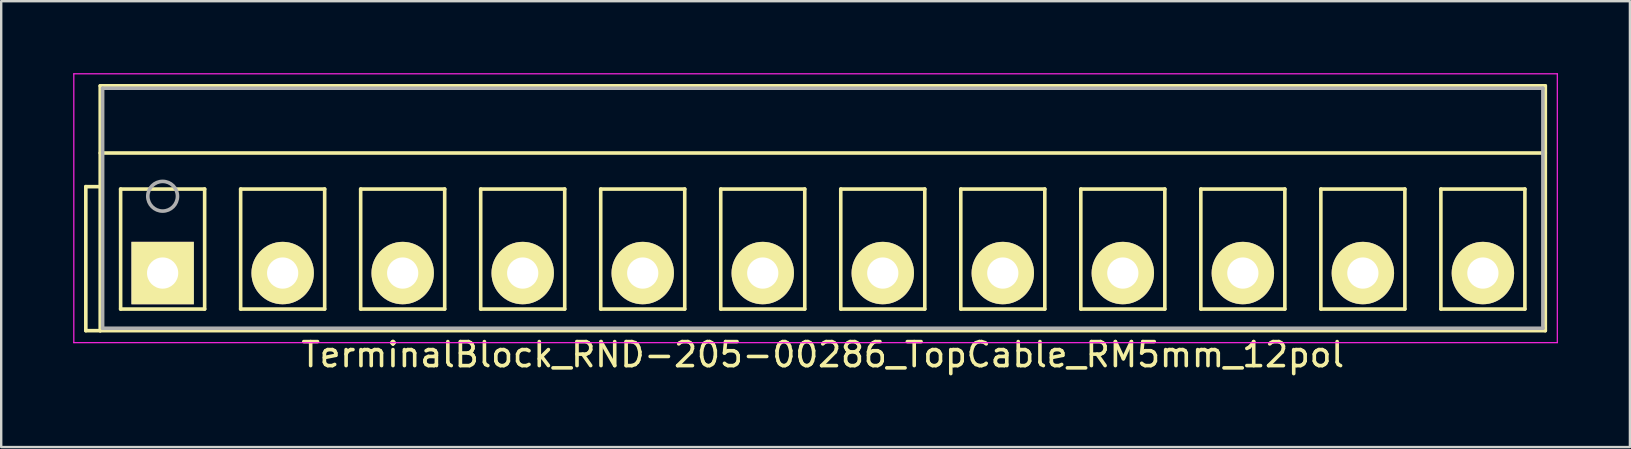
<source format=kicad_pcb>
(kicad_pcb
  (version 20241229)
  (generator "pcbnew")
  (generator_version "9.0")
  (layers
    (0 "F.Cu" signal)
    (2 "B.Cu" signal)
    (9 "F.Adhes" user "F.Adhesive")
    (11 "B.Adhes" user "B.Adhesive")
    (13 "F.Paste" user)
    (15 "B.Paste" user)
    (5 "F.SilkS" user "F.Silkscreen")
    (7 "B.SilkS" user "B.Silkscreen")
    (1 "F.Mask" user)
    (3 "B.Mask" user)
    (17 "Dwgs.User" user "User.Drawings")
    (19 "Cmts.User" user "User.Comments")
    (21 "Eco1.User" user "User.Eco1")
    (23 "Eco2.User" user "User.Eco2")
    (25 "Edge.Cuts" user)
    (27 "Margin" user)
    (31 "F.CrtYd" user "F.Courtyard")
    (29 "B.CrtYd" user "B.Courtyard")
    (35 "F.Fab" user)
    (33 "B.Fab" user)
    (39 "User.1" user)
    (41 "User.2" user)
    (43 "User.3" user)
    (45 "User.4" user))
  (footprint "TerminalBlock_RND-205-00286_TopCable_RM5mm_12pol"
    (layer "F.Cu")
    (at 3.725 8.325)
    (property "Reference" "TerminalBlock_RND-205-00286_TopCable_RM5mm_12pol" (at 27.5 3.4 0) (layer "F.SilkS") (effects (font (size 1 1) (thickness 0.15))))
    (attr through_hole)
    (fp_line (start -3.2 -3.6) (end -2.6 -3.6) (stroke (width 0.15) (type solid)) (layer "F.SilkS"))
    (fp_line (start -3.2 2.4) (end -3.2 -3.6) (stroke (width 0.15) (type solid)) (layer "F.SilkS"))
    (fp_line (start -2.6 -7.8) (end 57.6 -7.8) (stroke (width 0.15) (type solid)) (layer "F.SilkS"))
    (fp_line (start -2.6 -5) (end 57.6 -5) (stroke (width 0.15) (type solid)) (layer "F.SilkS"))
    (fp_line (start -2.6 2.4) (end -3.2 2.4) (stroke (width 0.15) (type solid)) (layer "F.SilkS"))
    (fp_line (start -2.6 2.4) (end -2.6 -7.8) (stroke (width 0.15) (type solid)) (layer "F.SilkS"))
    (fp_line (start -1.75 -3.5) (end -1.75 1.5) (stroke (width 0.15) (type solid)) (layer "F.SilkS"))
    (fp_line (start -1.75 1.5) (end 1.75 1.5) (stroke (width 0.15) (type solid)) (layer "F.SilkS"))
    (fp_line (start 1.75 -3.5) (end -1.75 -3.5) (stroke (width 0.15) (type solid)) (layer "F.SilkS"))
    (fp_line (start 1.75 1.5) (end 1.75 -3.5) (stroke (width 0.15) (type solid)) (layer "F.SilkS"))
    (fp_line (start 3.25 -3.5) (end 3.25 1.5) (stroke (width 0.15) (type solid)) (layer "F.SilkS"))
    (fp_line (start 3.25 1.5) (end 6.75 1.5) (stroke (width 0.15) (type solid)) (layer "F.SilkS"))
    (fp_line (start 6.75 -3.5) (end 3.25 -3.5) (stroke (width 0.15) (type solid)) (layer "F.SilkS"))
    (fp_line (start 6.75 1.5) (end 6.75 -3.5) (stroke (width 0.15) (type solid)) (layer "F.SilkS"))
    (fp_line (start 8.25 -3.5) (end 8.25 1.5) (stroke (width 0.15) (type solid)) (layer "F.SilkS"))
    (fp_line (start 8.25 1.5) (end 11.75 1.5) (stroke (width 0.15) (type solid)) (layer "F.SilkS"))
    (fp_line (start 11.75 -3.5) (end 8.25 -3.5) (stroke (width 0.15) (type solid)) (layer "F.SilkS"))
    (fp_line (start 11.75 1.5) (end 11.75 -3.5) (stroke (width 0.15) (type solid)) (layer "F.SilkS"))
    (fp_line (start 13.25 -3.5) (end 13.25 1.5) (stroke (width 0.15) (type solid)) (layer "F.SilkS"))
    (fp_line (start 13.25 1.5) (end 16.75 1.5) (stroke (width 0.15) (type solid)) (layer "F.SilkS"))
    (fp_line (start 16.75 -3.5) (end 13.25 -3.5) (stroke (width 0.15) (type solid)) (layer "F.SilkS"))
    (fp_line (start 16.75 1.5) (end 16.75 -3.5) (stroke (width 0.15) (type solid)) (layer "F.SilkS"))
    (fp_line (start 18.25 -3.5) (end 18.25 1.5) (stroke (width 0.15) (type solid)) (layer "F.SilkS"))
    (fp_line (start 18.25 1.5) (end 21.75 1.5) (stroke (width 0.15) (type solid)) (layer "F.SilkS"))
    (fp_line (start 21.75 -3.5) (end 18.25 -3.5) (stroke (width 0.15) (type solid)) (layer "F.SilkS"))
    (fp_line (start 21.75 1.5) (end 21.75 -3.5) (stroke (width 0.15) (type solid)) (layer "F.SilkS"))
    (fp_line (start 23.25 -3.5) (end 23.25 1.5) (stroke (width 0.15) (type solid)) (layer "F.SilkS"))
    (fp_line (start 23.25 1.5) (end 26.75 1.5) (stroke (width 0.15) (type solid)) (layer "F.SilkS"))
    (fp_line (start 26.75 -3.5) (end 23.25 -3.5) (stroke (width 0.15) (type solid)) (layer "F.SilkS"))
    (fp_line (start 26.75 1.5) (end 26.75 -3.5) (stroke (width 0.15) (type solid)) (layer "F.SilkS"))
    (fp_line (start 28.25 -3.5) (end 28.25 1.5) (stroke (width 0.15) (type solid)) (layer "F.SilkS"))
    (fp_line (start 28.25 1.5) (end 31.75 1.5) (stroke (width 0.15) (type solid)) (layer "F.SilkS"))
    (fp_line (start 31.75 -3.5) (end 28.25 -3.5) (stroke (width 0.15) (type solid)) (layer "F.SilkS"))
    (fp_line (start 31.75 1.5) (end 31.75 -3.5) (stroke (width 0.15) (type solid)) (layer "F.SilkS"))
    (fp_line (start 33.25 -3.5) (end 33.25 1.5) (stroke (width 0.15) (type solid)) (layer "F.SilkS"))
    (fp_line (start 33.25 1.5) (end 36.75 1.5) (stroke (width 0.15) (type solid)) (layer "F.SilkS"))
    (fp_line (start 36.75 -3.5) (end 33.25 -3.5) (stroke (width 0.15) (type solid)) (layer "F.SilkS"))
    (fp_line (start 36.75 1.5) (end 36.75 -3.5) (stroke (width 0.15) (type solid)) (layer "F.SilkS"))
    (fp_line (start 38.25 -3.5) (end 38.25 1.5) (stroke (width 0.15) (type solid)) (layer "F.SilkS"))
    (fp_line (start 38.25 1.5) (end 41.75 1.5) (stroke (width 0.15) (type solid)) (layer "F.SilkS"))
    (fp_line (start 41.75 -3.5) (end 38.25 -3.5) (stroke (width 0.15) (type solid)) (layer "F.SilkS"))
    (fp_line (start 41.75 1.5) (end 41.75 -3.5) (stroke (width 0.15) (type solid)) (layer "F.SilkS"))
    (fp_line (start 43.25 -3.5) (end 43.25 1.5) (stroke (width 0.15) (type solid)) (layer "F.SilkS"))
    (fp_line (start 43.25 1.5) (end 46.75 1.5) (stroke (width 0.15) (type solid)) (layer "F.SilkS"))
    (fp_line (start 46.75 -3.5) (end 43.25 -3.5) (stroke (width 0.15) (type solid)) (layer "F.SilkS"))
    (fp_line (start 46.75 1.5) (end 46.75 -3.5) (stroke (width 0.15) (type solid)) (layer "F.SilkS"))
    (fp_line (start 48.25 -3.5) (end 48.25 1.5) (stroke (width 0.15) (type solid)) (layer "F.SilkS"))
    (fp_line (start 48.25 1.5) (end 51.75 1.5) (stroke (width 0.15) (type solid)) (layer "F.SilkS"))
    (fp_line (start 51.75 -3.5) (end 48.25 -3.5) (stroke (width 0.15) (type solid)) (layer "F.SilkS"))
    (fp_line (start 51.75 1.5) (end 51.75 -3.5) (stroke (width 0.15) (type solid)) (layer "F.SilkS"))
    (fp_line (start 53.25 -3.5) (end 53.25 1.5) (stroke (width 0.15) (type solid)) (layer "F.SilkS"))
    (fp_line (start 53.25 1.5) (end 56.75 1.5) (stroke (width 0.15) (type solid)) (layer "F.SilkS"))
    (fp_line (start 56.75 -3.5) (end 53.25 -3.5) (stroke (width 0.15) (type solid)) (layer "F.SilkS"))
    (fp_line (start 56.75 1.5) (end 56.75 -3.5) (stroke (width 0.15) (type solid)) (layer "F.SilkS"))
    (fp_line (start 57.6 -7.8) (end 57.6 2.4) (stroke (width 0.15) (type solid)) (layer "F.SilkS"))
    (fp_line (start 57.6 2.4) (end -2.6 2.4) (stroke (width 0.15) (type solid)) (layer "F.SilkS"))
    (fp_line (start -3.7 -8.3) (end 58.1 -8.3) (stroke (width 0.05) (type solid)) (layer "F.CrtYd"))
    (fp_line (start -3.7 2.9) (end -3.7 -8.3) (stroke (width 0.05) (type solid)) (layer "F.CrtYd"))
    (fp_line (start 58.1 -8.3) (end 58.1 2.9) (stroke (width 0.05) (type solid)) (layer "F.CrtYd"))
    (fp_line (start 58.1 2.9) (end -3.7 2.9) (stroke (width 0.05) (type solid)) (layer "F.CrtYd"))
    (fp_line (start -2.5 -7.7) (end 57.5 -7.7) (stroke (width 0.15) (type solid)) (layer "F.Fab"))
    (fp_line (start -2.5 2.3) (end -2.5 -7.7) (stroke (width 0.15) (type solid)) (layer "F.Fab"))
    (fp_line (start 57.5 -7.7) (end 57.5 2.3) (stroke (width 0.15) (type solid)) (layer "F.Fab"))
    (fp_line (start 57.5 2.3) (end -2.5 2.3) (stroke (width 0.15) (type solid)) (layer "F.Fab"))
    (fp_circle (center 0 -3.2) (end -0.15 -3.8) (stroke (width 0.15) (type solid)) (fill no) (layer "F.Fab"))
    (pad "1" thru_hole rect (at 0 0) (size 2.6 2.6) (drill 1.3) (layers "*.Cu" "*.Mask" "F.SilkS"))
    (pad "2" thru_hole circle (at 5 0) (size 2.6 2.6) (drill 1.3) (layers "*.Cu" "*.Mask" "F.SilkS"))
    (pad "3" thru_hole circle (at 10 0) (size 2.6 2.6) (drill 1.3) (layers "*.Cu" "*.Mask" "F.SilkS"))
    (pad "4" thru_hole circle (at 15 0) (size 2.6 2.6) (drill 1.3) (layers "*.Cu" "*.Mask" "F.SilkS"))
    (pad "5" thru_hole circle (at 20 0) (size 2.6 2.6) (drill 1.3) (layers "*.Cu" "*.Mask" "F.SilkS"))
    (pad "6" thru_hole circle (at 25 0) (size 2.6 2.6) (drill 1.3) (layers "*.Cu" "*.Mask" "F.SilkS"))
    (pad "7" thru_hole circle (at 30 0) (size 2.6 2.6) (drill 1.3) (layers "*.Cu" "*.Mask" "F.SilkS"))
    (pad "8" thru_hole circle (at 35 0) (size 2.6 2.6) (drill 1.3) (layers "*.Cu" "*.Mask" "F.SilkS"))
    (pad "9" thru_hole circle (at 40 0) (size 2.6 2.6) (drill 1.3) (layers "*.Cu" "*.Mask" "F.SilkS"))
    (pad "10" thru_hole circle (at 45 0) (size 2.6 2.6) (drill 1.3) (layers "*.Cu" "*.Mask" "F.SilkS"))
    (pad "11" thru_hole circle (at 50 0) (size 2.6 2.6) (drill 1.3) (layers "*.Cu" "*.Mask" "F.SilkS"))
    (pad "12" thru_hole circle (at 55 0) (size 2.6 2.6) (drill 1.3) (layers "*.Cu" "*.Mask" "F.SilkS")))
  (gr_rect
    (start -3 -3)
    (end 64.85 15.573)
    (stroke (width 0.1) (type default))
    (fill no)
    (layer "Edge.Cuts")))
</source>
